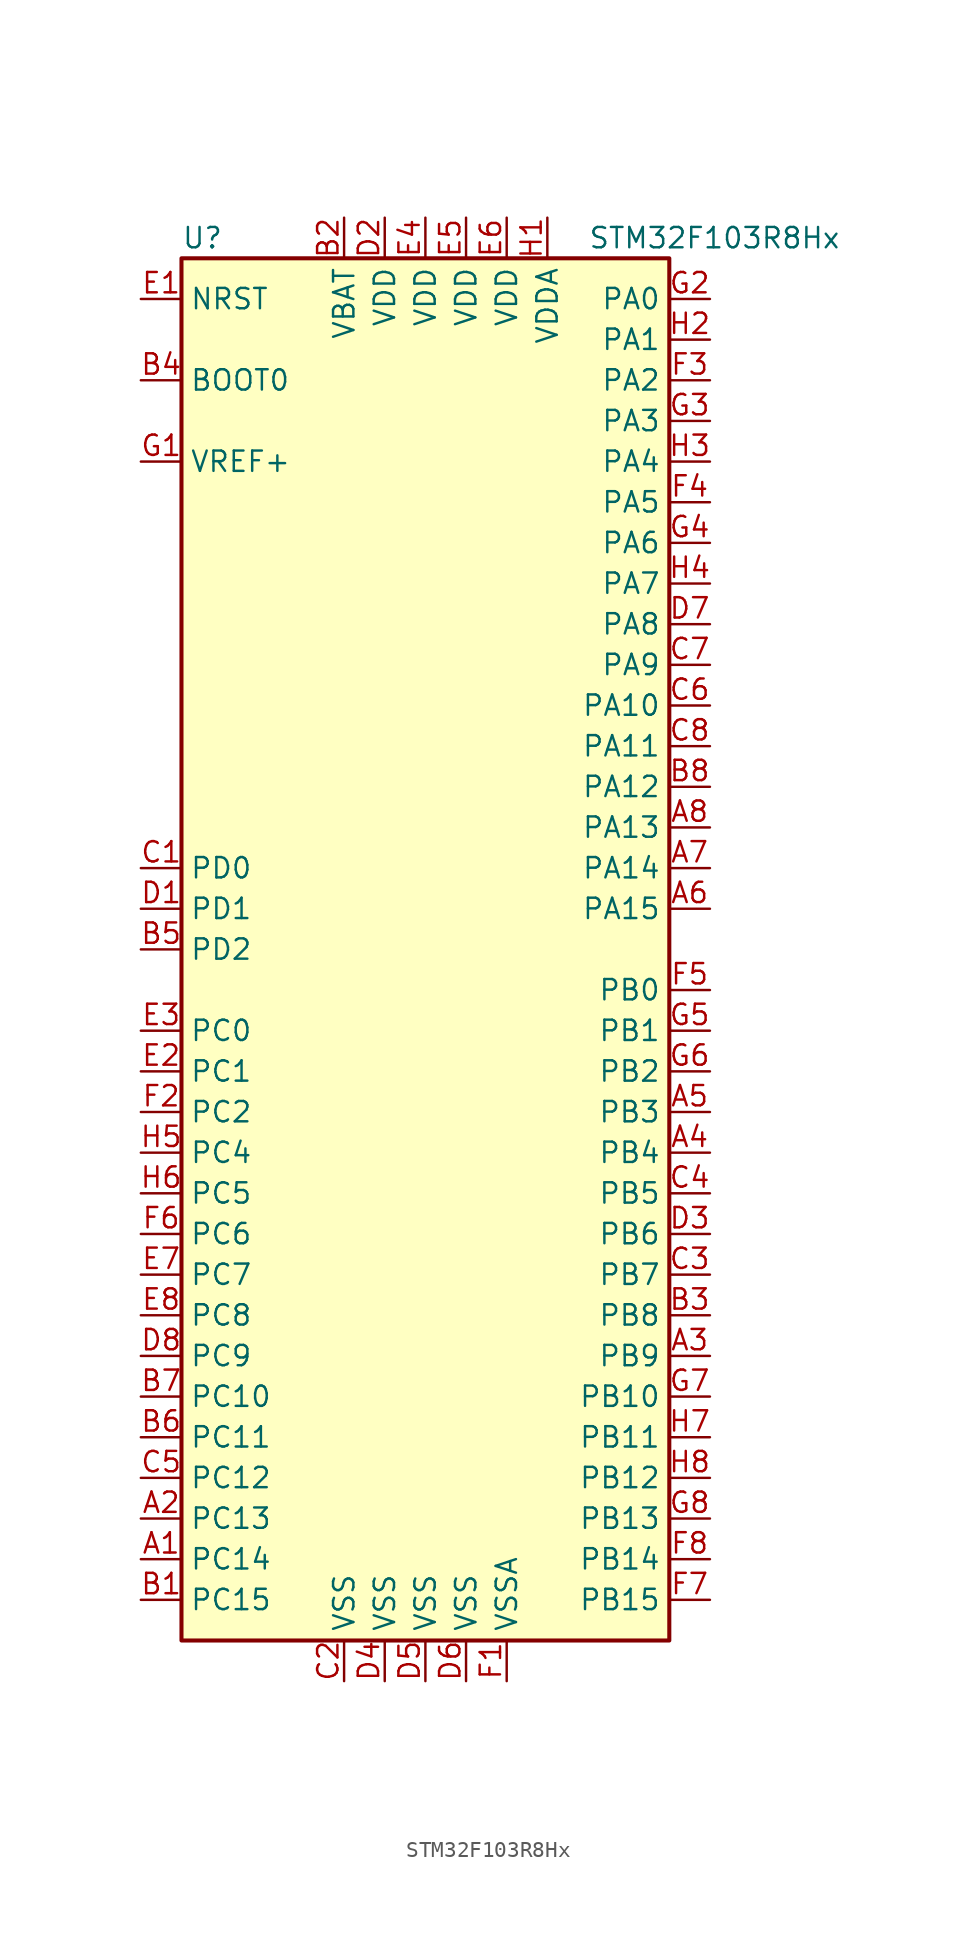
<source format=kicad_sym>
(kicad_symbol_lib
  (version 20201005)
  (generator kicad_symbol_editor)
  (symbol "STM32F103R8Hx"
    (property "Reference" "U"
      (at -15.24 44.45 0)
      (effects (font (size 1.27 1.27)) (justify left)))
    (property "Value" "STM32F103R8Hx"
      (at 10.16 44.45 0)
      (effects (font (size 1.27 1.27)) (justify left)))
    (symbol "STM32F103R8Hx_0_1"
      (rectangle (start -15.24 -43.18) (end 15.24 43.18) (stroke (width 0.254)) (fill (type background))))
    (symbol "STM32F103R8Hx_1_1"
      (pin input line (at -17.78 35.56 0) (length 2.54) (name "BOOT0" (effects (font (size 1.27 1.27)))) (number "B4" (effects (font (size 1.27 1.27)))))
      (pin input line (at -17.78 40.64 0) (length 2.54) (name "NRST" (effects (font (size 1.27 1.27)))) (number "E1" (effects (font (size 1.27 1.27)))))
      (pin bidirectional line (at 17.78 40.64 180) (length 2.54) (name "PA0" (effects (font (size 1.27 1.27)))) (number "G2" (effects (font (size 1.27 1.27)))))
      (pin bidirectional line (at 17.78 38.1 180) (length 2.54) (name "PA1" (effects (font (size 1.27 1.27)))) (number "H2" (effects (font (size 1.27 1.27)))))
      (pin bidirectional line (at 17.78 15.24 180) (length 2.54) (name "PA10" (effects (font (size 1.27 1.27)))) (number "C6" (effects (font (size 1.27 1.27)))))
      (pin bidirectional line (at 17.78 12.7 180) (length 2.54) (name "PA11" (effects (font (size 1.27 1.27)))) (number "C8" (effects (font (size 1.27 1.27)))))
      (pin bidirectional line (at 17.78 10.16 180) (length 2.54) (name "PA12" (effects (font (size 1.27 1.27)))) (number "B8" (effects (font (size 1.27 1.27)))))
      (pin bidirectional line (at 17.78 7.62 180) (length 2.54) (name "PA13" (effects (font (size 1.27 1.27)))) (number "A8" (effects (font (size 1.27 1.27)))))
      (pin bidirectional line (at 17.78 5.08 180) (length 2.54) (name "PA14" (effects (font (size 1.27 1.27)))) (number "A7" (effects (font (size 1.27 1.27)))))
      (pin bidirectional line (at 17.78 2.54 180) (length 2.54) (name "PA15" (effects (font (size 1.27 1.27)))) (number "A6" (effects (font (size 1.27 1.27)))))
      (pin bidirectional line (at 17.78 35.56 180) (length 2.54) (name "PA2" (effects (font (size 1.27 1.27)))) (number "F3" (effects (font (size 1.27 1.27)))))
      (pin bidirectional line (at 17.78 33.02 180) (length 2.54) (name "PA3" (effects (font (size 1.27 1.27)))) (number "G3" (effects (font (size 1.27 1.27)))))
      (pin bidirectional line (at 17.78 30.48 180) (length 2.54) (name "PA4" (effects (font (size 1.27 1.27)))) (number "H3" (effects (font (size 1.27 1.27)))))
      (pin bidirectional line (at 17.78 27.94 180) (length 2.54) (name "PA5" (effects (font (size 1.27 1.27)))) (number "F4" (effects (font (size 1.27 1.27)))))
      (pin bidirectional line (at 17.78 25.4 180) (length 2.54) (name "PA6" (effects (font (size 1.27 1.27)))) (number "G4" (effects (font (size 1.27 1.27)))))
      (pin bidirectional line (at 17.78 22.86 180) (length 2.54) (name "PA7" (effects (font (size 1.27 1.27)))) (number "H4" (effects (font (size 1.27 1.27)))))
      (pin bidirectional line (at 17.78 20.32 180) (length 2.54) (name "PA8" (effects (font (size 1.27 1.27)))) (number "D7" (effects (font (size 1.27 1.27)))))
      (pin bidirectional line (at 17.78 17.78 180) (length 2.54) (name "PA9" (effects (font (size 1.27 1.27)))) (number "C7" (effects (font (size 1.27 1.27)))))
      (pin bidirectional line (at 17.78 -2.54 180) (length 2.54) (name "PB0" (effects (font (size 1.27 1.27)))) (number "F5" (effects (font (size 1.27 1.27)))))
      (pin bidirectional line (at 17.78 -5.08 180) (length 2.54) (name "PB1" (effects (font (size 1.27 1.27)))) (number "G5" (effects (font (size 1.27 1.27)))))
      (pin bidirectional line (at 17.78 -27.94 180) (length 2.54) (name "PB10" (effects (font (size 1.27 1.27)))) (number "G7" (effects (font (size 1.27 1.27)))))
      (pin bidirectional line (at 17.78 -30.48 180) (length 2.54) (name "PB11" (effects (font (size 1.27 1.27)))) (number "H7" (effects (font (size 1.27 1.27)))))
      (pin bidirectional line (at 17.78 -33.02 180) (length 2.54) (name "PB12" (effects (font (size 1.27 1.27)))) (number "H8" (effects (font (size 1.27 1.27)))))
      (pin bidirectional line (at 17.78 -35.56 180) (length 2.54) (name "PB13" (effects (font (size 1.27 1.27)))) (number "G8" (effects (font (size 1.27 1.27)))))
      (pin bidirectional line (at 17.78 -38.1 180) (length 2.54) (name "PB14" (effects (font (size 1.27 1.27)))) (number "F8" (effects (font (size 1.27 1.27)))))
      (pin bidirectional line (at 17.78 -40.64 180) (length 2.54) (name "PB15" (effects (font (size 1.27 1.27)))) (number "F7" (effects (font (size 1.27 1.27)))))
      (pin bidirectional line (at 17.78 -7.62 180) (length 2.54) (name "PB2" (effects (font (size 1.27 1.27)))) (number "G6" (effects (font (size 1.27 1.27)))))
      (pin bidirectional line (at 17.78 -10.16 180) (length 2.54) (name "PB3" (effects (font (size 1.27 1.27)))) (number "A5" (effects (font (size 1.27 1.27)))))
      (pin bidirectional line (at 17.78 -12.7 180) (length 2.54) (name "PB4" (effects (font (size 1.27 1.27)))) (number "A4" (effects (font (size 1.27 1.27)))))
      (pin bidirectional line (at 17.78 -15.24 180) (length 2.54) (name "PB5" (effects (font (size 1.27 1.27)))) (number "C4" (effects (font (size 1.27 1.27)))))
      (pin bidirectional line (at 17.78 -17.78 180) (length 2.54) (name "PB6" (effects (font (size 1.27 1.27)))) (number "D3" (effects (font (size 1.27 1.27)))))
      (pin bidirectional line (at 17.78 -20.32 180) (length 2.54) (name "PB7" (effects (font (size 1.27 1.27)))) (number "C3" (effects (font (size 1.27 1.27)))))
      (pin bidirectional line (at 17.78 -22.86 180) (length 2.54) (name "PB8" (effects (font (size 1.27 1.27)))) (number "B3" (effects (font (size 1.27 1.27)))))
      (pin bidirectional line (at 17.78 -25.4 180) (length 2.54) (name "PB9" (effects (font (size 1.27 1.27)))) (number "A3" (effects (font (size 1.27 1.27)))))
      (pin bidirectional line (at -17.78 -5.08 0) (length 2.54) (name "PC0" (effects (font (size 1.27 1.27)))) (number "E3" (effects (font (size 1.27 1.27)))))
      (pin bidirectional line (at -17.78 -7.62 0) (length 2.54) (name "PC1" (effects (font (size 1.27 1.27)))) (number "E2" (effects (font (size 1.27 1.27)))))
      (pin bidirectional line (at -17.78 -27.94 0) (length 2.54) (name "PC10" (effects (font (size 1.27 1.27)))) (number "B7" (effects (font (size 1.27 1.27)))))
      (pin bidirectional line (at -17.78 -30.48 0) (length 2.54) (name "PC11" (effects (font (size 1.27 1.27)))) (number "B6" (effects (font (size 1.27 1.27)))))
      (pin bidirectional line (at -17.78 -33.02 0) (length 2.54) (name "PC12" (effects (font (size 1.27 1.27)))) (number "C5" (effects (font (size 1.27 1.27)))))
      (pin bidirectional line (at -17.78 -35.56 0) (length 2.54) (name "PC13" (effects (font (size 1.27 1.27)))) (number "A2" (effects (font (size 1.27 1.27)))))
      (pin bidirectional line (at -17.78 -38.1 0) (length 2.54) (name "PC14" (effects (font (size 1.27 1.27)))) (number "A1" (effects (font (size 1.27 1.27)))))
      (pin bidirectional line (at -17.78 -40.64 0) (length 2.54) (name "PC15" (effects (font (size 1.27 1.27)))) (number "B1" (effects (font (size 1.27 1.27)))))
      (pin bidirectional line (at -17.78 -10.16 0) (length 2.54) (name "PC2" (effects (font (size 1.27 1.27)))) (number "F2" (effects (font (size 1.27 1.27)))))
      (pin bidirectional line (at -17.78 -12.7 0) (length 2.54) (name "PC4" (effects (font (size 1.27 1.27)))) (number "H5" (effects (font (size 1.27 1.27)))))
      (pin bidirectional line (at -17.78 -15.24 0) (length 2.54) (name "PC5" (effects (font (size 1.27 1.27)))) (number "H6" (effects (font (size 1.27 1.27)))))
      (pin bidirectional line (at -17.78 -17.78 0) (length 2.54) (name "PC6" (effects (font (size 1.27 1.27)))) (number "F6" (effects (font (size 1.27 1.27)))))
      (pin bidirectional line (at -17.78 -20.32 0) (length 2.54) (name "PC7" (effects (font (size 1.27 1.27)))) (number "E7" (effects (font (size 1.27 1.27)))))
      (pin bidirectional line (at -17.78 -22.86 0) (length 2.54) (name "PC8" (effects (font (size 1.27 1.27)))) (number "E8" (effects (font (size 1.27 1.27)))))
      (pin bidirectional line (at -17.78 -25.4 0) (length 2.54) (name "PC9" (effects (font (size 1.27 1.27)))) (number "D8" (effects (font (size 1.27 1.27)))))
      (pin input line (at -17.78 5.08 0) (length 2.54) (name "PD0" (effects (font (size 1.27 1.27)))) (number "C1" (effects (font (size 1.27 1.27)))))
      (pin input line (at -17.78 2.54 0) (length 2.54) (name "PD1" (effects (font (size 1.27 1.27)))) (number "D1" (effects (font (size 1.27 1.27)))))
      (pin bidirectional line (at -17.78 0 0) (length 2.54) (name "PD2" (effects (font (size 1.27 1.27)))) (number "B5" (effects (font (size 1.27 1.27)))))
      (pin power_in line (at -5.08 45.72 270) (length 2.54) (name "VBAT" (effects (font (size 1.27 1.27)))) (number "B2" (effects (font (size 1.27 1.27)))))
      (pin power_in line (at -2.54 45.72 270) (length 2.54) (name "VDD" (effects (font (size 1.27 1.27)))) (number "D2" (effects (font (size 1.27 1.27)))))
      (pin power_in line (at 0 45.72 270) (length 2.54) (name "VDD" (effects (font (size 1.27 1.27)))) (number "E4" (effects (font (size 1.27 1.27)))))
      (pin power_in line (at 2.54 45.72 270) (length 2.54) (name "VDD" (effects (font (size 1.27 1.27)))) (number "E5" (effects (font (size 1.27 1.27)))))
      (pin power_in line (at 5.08 45.72 270) (length 2.54) (name "VDD" (effects (font (size 1.27 1.27)))) (number "E6" (effects (font (size 1.27 1.27)))))
      (pin power_in line (at 7.62 45.72 270) (length 2.54) (name "VDDA" (effects (font (size 1.27 1.27)))) (number "H1" (effects (font (size 1.27 1.27)))))
      (pin power_in line (at -17.78 30.48 0) (length 2.54) (name "VREF+" (effects (font (size 1.27 1.27)))) (number "G1" (effects (font (size 1.27 1.27)))))
      (pin power_in line (at -5.08 -45.72 90) (length 2.54) (name "VSS" (effects (font (size 1.27 1.27)))) (number "C2" (effects (font (size 1.27 1.27)))))
      (pin power_in line (at -2.54 -45.72 90) (length 2.54) (name "VSS" (effects (font (size 1.27 1.27)))) (number "D4" (effects (font (size 1.27 1.27)))))
      (pin power_in line (at 0 -45.72 90) (length 2.54) (name "VSS" (effects (font (size 1.27 1.27)))) (number "D5" (effects (font (size 1.27 1.27)))))
      (pin power_in line (at 2.54 -45.72 90) (length 2.54) (name "VSS" (effects (font (size 1.27 1.27)))) (number "D6" (effects (font (size 1.27 1.27)))))
      (pin power_in line (at 5.08 -45.72 90) (length 2.54) (name "VSSA" (effects (font (size 1.27 1.27)))) (number "F1" (effects (font (size 1.27 1.27))))))))
</source>
